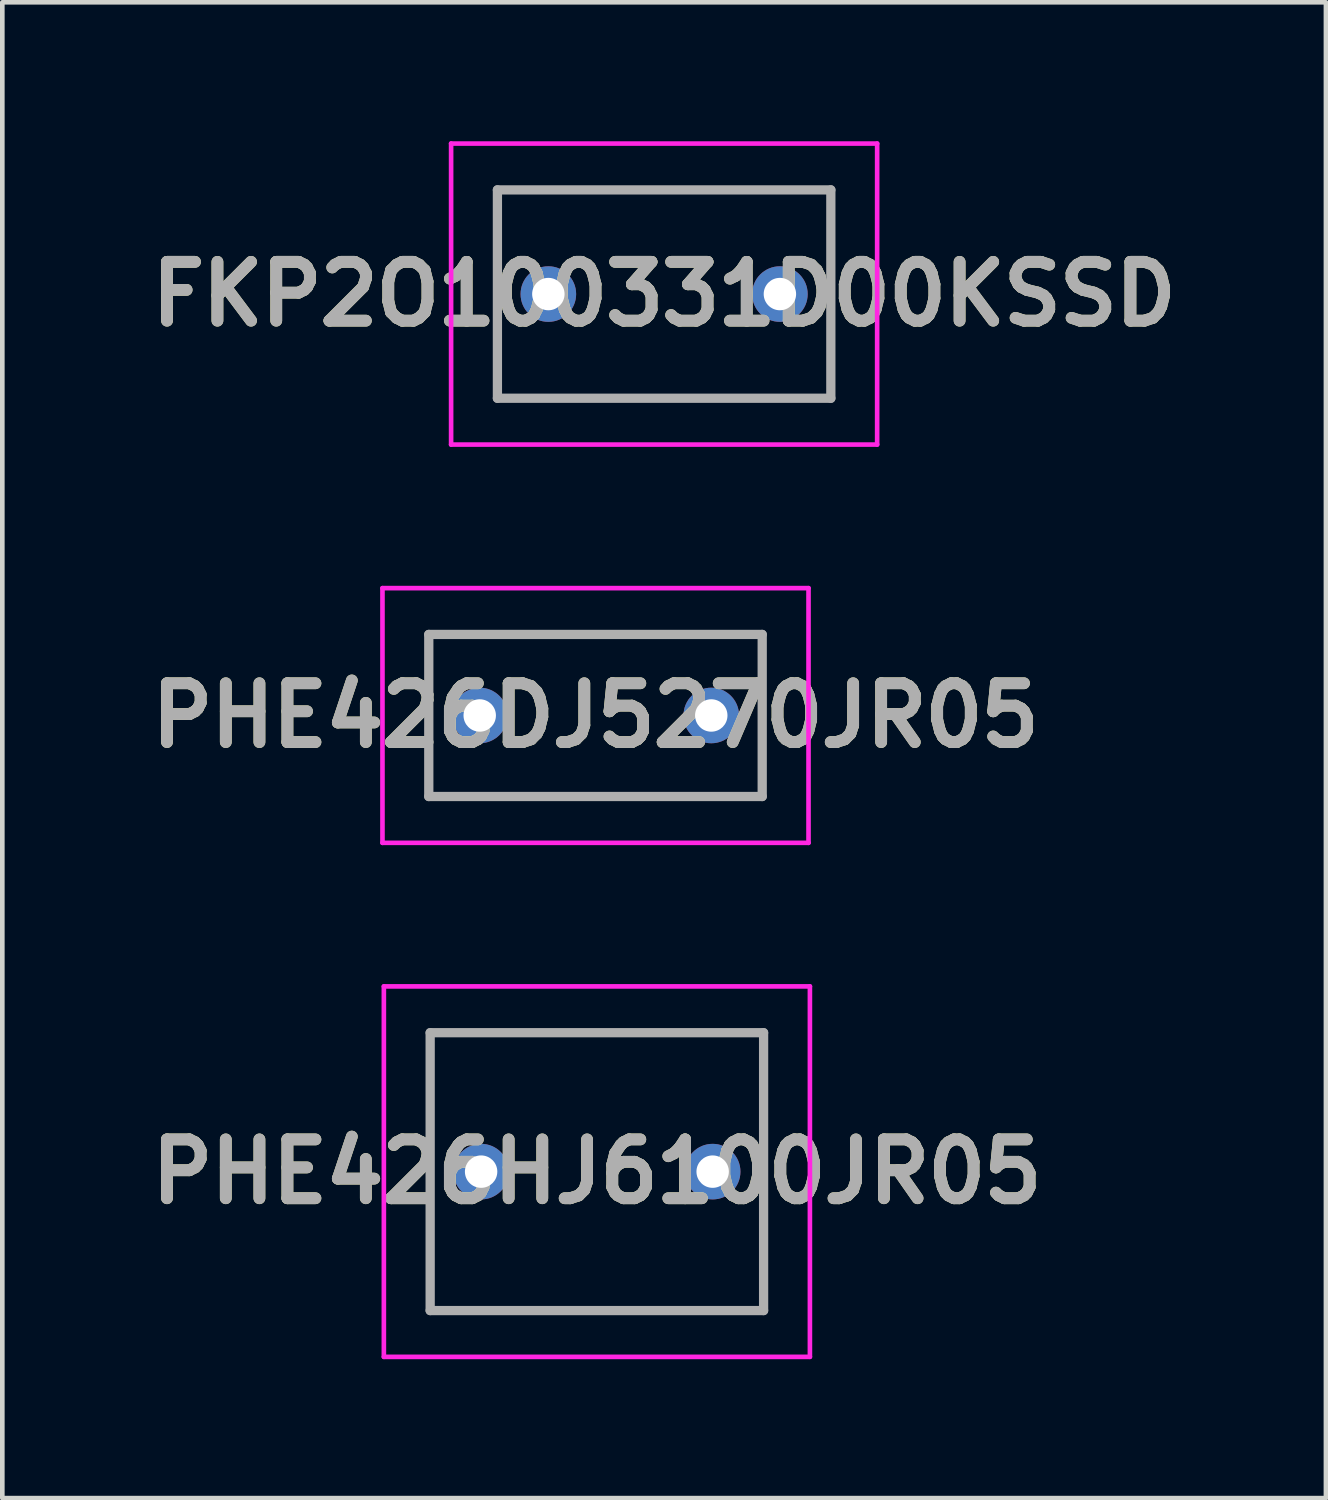
<source format=kicad_pcb>
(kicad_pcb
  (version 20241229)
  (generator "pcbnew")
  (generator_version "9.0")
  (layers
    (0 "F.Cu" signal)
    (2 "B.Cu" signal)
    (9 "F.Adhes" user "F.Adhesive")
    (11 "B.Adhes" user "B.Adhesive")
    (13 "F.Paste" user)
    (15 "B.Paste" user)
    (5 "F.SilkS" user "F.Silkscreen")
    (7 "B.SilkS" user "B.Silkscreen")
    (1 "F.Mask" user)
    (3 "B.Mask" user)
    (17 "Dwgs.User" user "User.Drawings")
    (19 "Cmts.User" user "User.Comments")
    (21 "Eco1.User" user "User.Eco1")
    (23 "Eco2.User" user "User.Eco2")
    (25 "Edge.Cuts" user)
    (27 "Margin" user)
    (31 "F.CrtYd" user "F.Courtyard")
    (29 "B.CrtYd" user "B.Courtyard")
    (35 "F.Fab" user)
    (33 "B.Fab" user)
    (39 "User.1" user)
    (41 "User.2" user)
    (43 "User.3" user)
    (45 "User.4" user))
  (footprint "PHE426DJ5270JR05"
    (layer "F.Cu")
    (at 7.309 12.4)
    (property "Reference" "PHE426DJ5270JR05" (at 2.5 0 0) (layer "F.SilkS") (effects (font (size 1.27 1.27) (thickness 0.254))))
    (attr through_hole)
    (fp_line (start -1.1 -1.75) (end 6.1 -1.75) (stroke (width 0.1) (type solid)) (layer "F.SilkS"))
    (fp_line (start -1.1 1.75) (end -1.1 -1.75) (stroke (width 0.1) (type solid)) (layer "F.SilkS"))
    (fp_line (start 6.1 -1.75) (end 6.1 1.75) (stroke (width 0.1) (type solid)) (layer "F.SilkS"))
    (fp_line (start 6.1 1.75) (end -1.1 1.75) (stroke (width 0.1) (type solid)) (layer "F.SilkS"))
    (fp_line (start -2.1 -2.75) (end 7.1 -2.75) (stroke (width 0.1) (type solid)) (layer "F.CrtYd"))
    (fp_line (start -2.1 2.75) (end -2.1 -2.75) (stroke (width 0.1) (type solid)) (layer "F.CrtYd"))
    (fp_line (start 7.1 -2.75) (end 7.1 2.75) (stroke (width 0.1) (type solid)) (layer "F.CrtYd"))
    (fp_line (start 7.1 2.75) (end -2.1 2.75) (stroke (width 0.1) (type solid)) (layer "F.CrtYd"))
    (fp_line (start -1.1 -1.75) (end 6.1 -1.75) (stroke (width 0.2) (type solid)) (layer "F.Fab"))
    (fp_line (start -1.1 1.75) (end -1.1 -1.75) (stroke (width 0.2) (type solid)) (layer "F.Fab"))
    (fp_line (start 6.1 -1.75) (end 6.1 1.75) (stroke (width 0.2) (type solid)) (layer "F.Fab"))
    (fp_line (start 6.1 1.75) (end -1.1 1.75) (stroke (width 0.2) (type solid)) (layer "F.Fab"))
    (fp_text user "${REFERENCE}" (at 2.5 0 0) (layer "F.Fab") (effects (font (size 1.27 1.27) (thickness 0.254))))
    (pad "1" thru_hole circle (at 0 0) (size 1.2 1.2) (drill 0.7) (layers "*.Cu" "*.Mask"))
    (pad "2" thru_hole circle (at 5 0) (size 1.2 1.2) (drill 0.7) (layers "*.Cu" "*.Mask")))
  (footprint "PHE426HJ6100JR05"
    (layer "F.Cu")
    (at 9.839 22.25)
    (property "Reference" "PHE426HJ6100JR05" (at 0 0 0) (layer "F.SilkS") (effects (font (size 1.27 1.27) (thickness 0.254))))
    (attr through_hole)
    (fp_line (start -3.6 -3) (end 3.6 -3) (stroke (width 0.1) (type solid)) (layer "F.SilkS"))
    (fp_line (start -3.6 3) (end -3.6 -3) (stroke (width 0.1) (type solid)) (layer "F.SilkS"))
    (fp_line (start 3.6 -3) (end 3.6 3) (stroke (width 0.1) (type solid)) (layer "F.SilkS"))
    (fp_line (start 3.6 3) (end -3.6 3) (stroke (width 0.1) (type solid)) (layer "F.SilkS"))
    (fp_line (start -4.6 -4) (end 4.6 -4) (stroke (width 0.1) (type solid)) (layer "F.CrtYd"))
    (fp_line (start -4.6 4) (end -4.6 -4) (stroke (width 0.1) (type solid)) (layer "F.CrtYd"))
    (fp_line (start 4.6 -4) (end 4.6 4) (stroke (width 0.1) (type solid)) (layer "F.CrtYd"))
    (fp_line (start 4.6 4) (end -4.6 4) (stroke (width 0.1) (type solid)) (layer "F.CrtYd"))
    (fp_line (start -3.6 -3) (end 3.6 -3) (stroke (width 0.2) (type solid)) (layer "F.Fab"))
    (fp_line (start -3.6 3) (end -3.6 -3) (stroke (width 0.2) (type solid)) (layer "F.Fab"))
    (fp_line (start 3.6 -3) (end 3.6 3) (stroke (width 0.2) (type solid)) (layer "F.Fab"))
    (fp_line (start 3.6 3) (end -3.6 3) (stroke (width 0.2) (type solid)) (layer "F.Fab"))
    (fp_text user "${REFERENCE}" (at 0 0 0) (layer "F.Fab") (effects (font (size 1.27 1.27) (thickness 0.254))))
    (pad "1" thru_hole circle (at -2.5 0) (size 1.2 1.2) (drill 0.7) (layers "*.Cu" "*.Mask"))
    (pad "2" thru_hole circle (at 2.5 0) (size 1.2 1.2) (drill 0.7) (layers "*.Cu" "*.Mask")))
  (footprint "FKP2O100331D00KSSD"
    (layer "F.Cu")
    (at 8.791 3.3)
    (property "Reference" "FKP2O100331D00KSSD" (at 2.5 0 0) (layer "F.SilkS") (effects (font (size 1.27 1.27) (thickness 0.254))))
    (attr through_hole)
    (fp_line (start -1.1 -2.25) (end 6.1 -2.25) (stroke (width 0.1) (type solid)) (layer "F.SilkS"))
    (fp_line (start -1.1 2.25) (end -1.1 -2.25) (stroke (width 0.1) (type solid)) (layer "F.SilkS"))
    (fp_line (start 6.1 -2.25) (end 6.1 2.25) (stroke (width 0.1) (type solid)) (layer "F.SilkS"))
    (fp_line (start 6.1 2.25) (end -1.1 2.25) (stroke (width 0.1) (type solid)) (layer "F.SilkS"))
    (fp_line (start -2.1 -3.25) (end 7.1 -3.25) (stroke (width 0.1) (type solid)) (layer "F.CrtYd"))
    (fp_line (start -2.1 3.25) (end -2.1 -3.25) (stroke (width 0.1) (type solid)) (layer "F.CrtYd"))
    (fp_line (start 7.1 -3.25) (end 7.1 3.25) (stroke (width 0.1) (type solid)) (layer "F.CrtYd"))
    (fp_line (start 7.1 3.25) (end -2.1 3.25) (stroke (width 0.1) (type solid)) (layer "F.CrtYd"))
    (fp_line (start -1.1 -2.25) (end 6.1 -2.25) (stroke (width 0.2) (type solid)) (layer "F.Fab"))
    (fp_line (start -1.1 2.25) (end -1.1 -2.25) (stroke (width 0.2) (type solid)) (layer "F.Fab"))
    (fp_line (start 6.1 -2.25) (end 6.1 2.25) (stroke (width 0.2) (type solid)) (layer "F.Fab"))
    (fp_line (start 6.1 2.25) (end -1.1 2.25) (stroke (width 0.2) (type solid)) (layer "F.Fab"))
    (fp_text user "${REFERENCE}" (at 2.5 0 0) (layer "F.Fab") (effects (font (size 1.27 1.27) (thickness 0.254))))
    (pad "1" thru_hole circle (at 0 0) (size 1.2 1.2) (drill 0.7) (layers "*.Cu" "*.Mask"))
    (pad "2" thru_hole circle (at 5 0) (size 1.2 1.2) (drill 0.7) (layers "*.Cu" "*.Mask")))
  (gr_rect
    (start -3 -3)
    (end 25.582 29.3)
    (stroke (width 0.1) (type default))
    (fill no)
    (layer "Edge.Cuts")))
</source>
